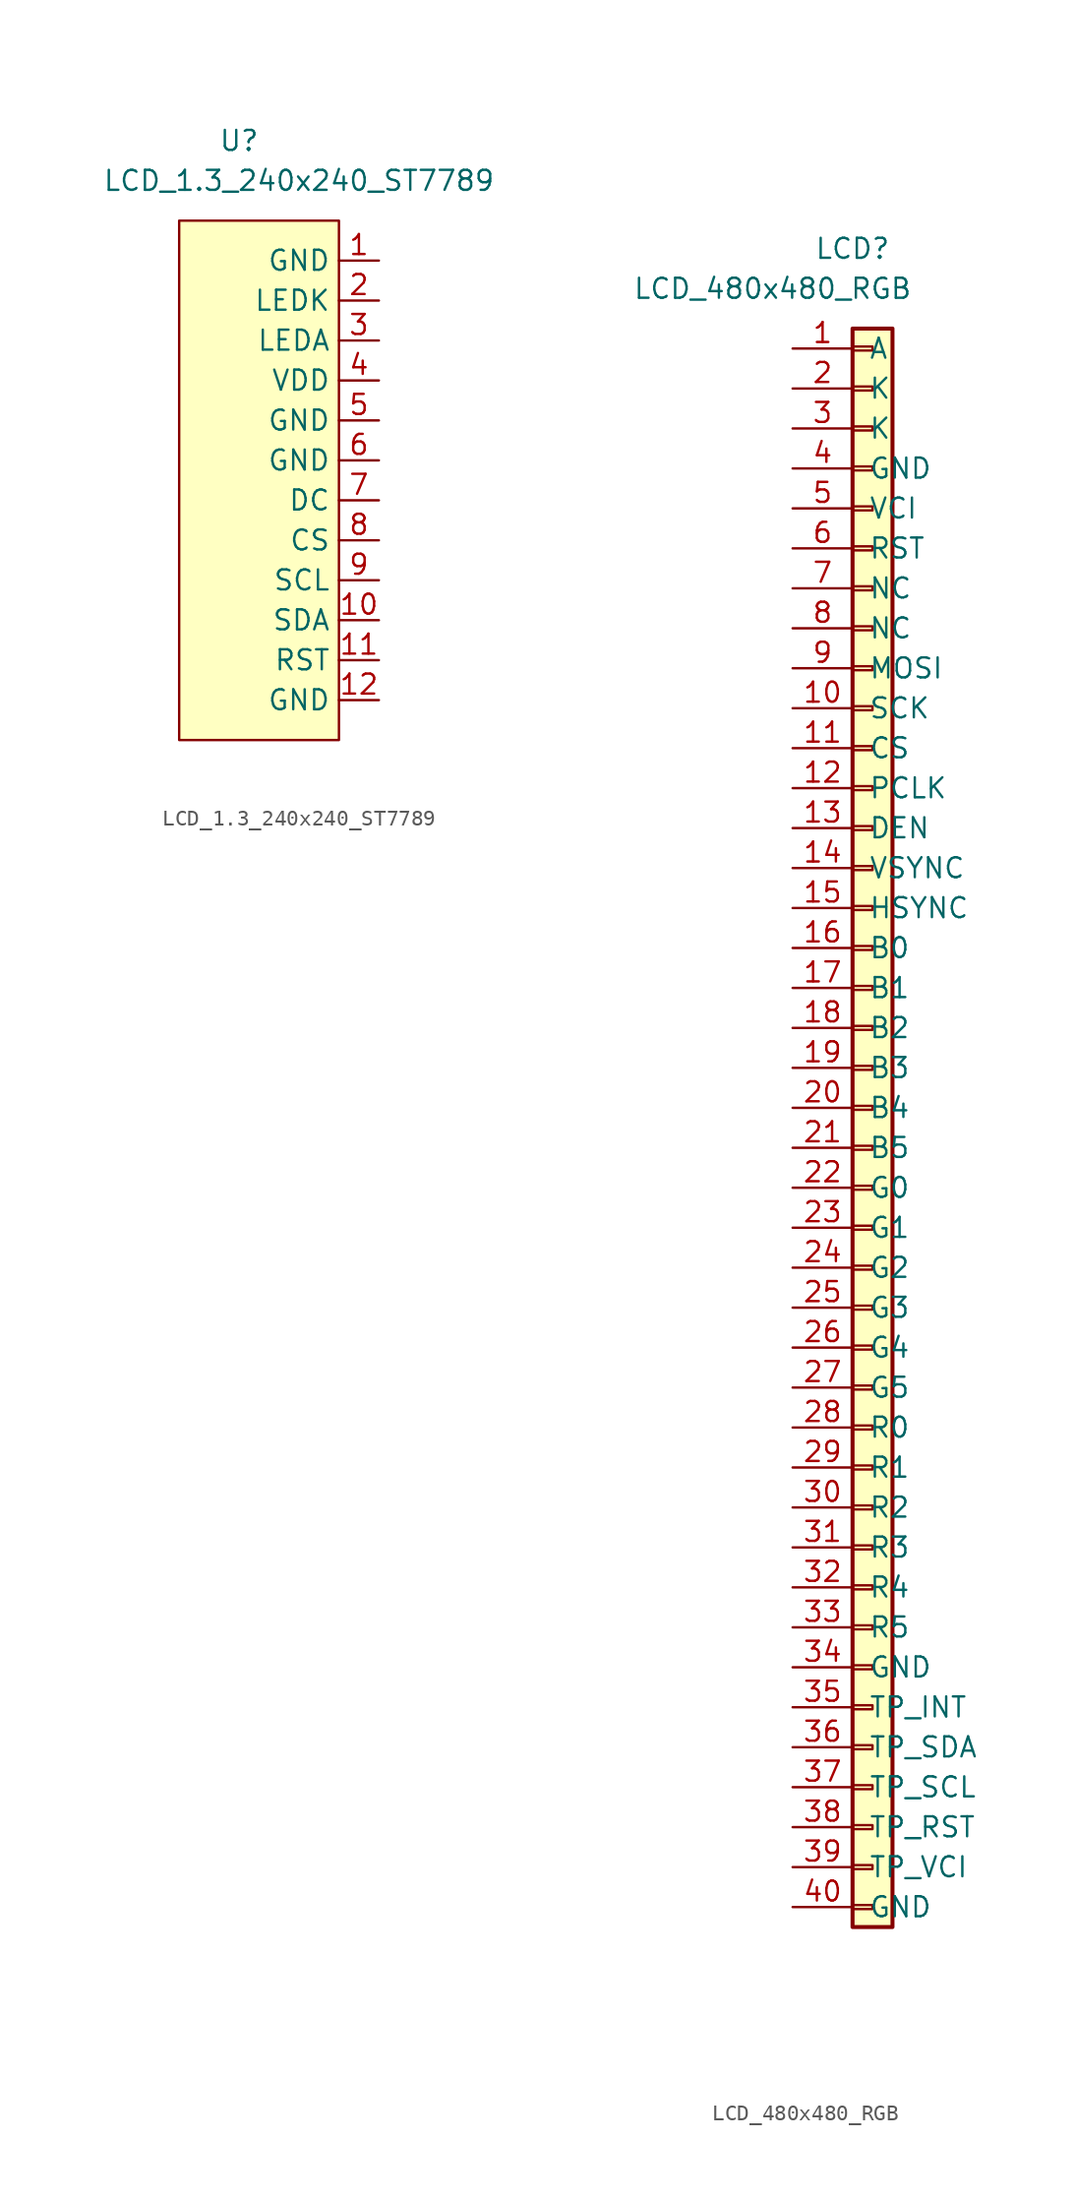
<source format=kicad_sym>
(kicad_symbol_lib
  (version 20211014)
  (generator kicad_symbol_editor)
  (symbol "LCD_1.3_240x240_ST7789"
    (property "Reference" "U"
      (at -2.54 13.97 0)
      (effects (font (size 1.27 1.27))))
    (property "Value" "LCD_1.3_240x240_ST7789"
      (at 1.27 11.43 0)
      (effects (font (size 1.27 1.27))))
    (symbol "LCD_1.3_240x240_ST7789_0_1"
      (rectangle (start -6.35 8.89) (end 3.81 -24.13) (stroke (width 0.152) (type default) (color 0 0 0 0)) (fill (type background))))
    (symbol "LCD_1.3_240x240_ST7789_1_1"
      (pin power_in line (at 6.35 6.35 180) (length 2.54) (name "GND" (effects (font (size 1.27 1.27)))) (number "1" (effects (font (size 1.27 1.27)))))
      (pin input line (at 6.35 -16.51 180) (length 2.54) (name "SDA" (effects (font (size 1.27 1.27)))) (number "10" (effects (font (size 1.27 1.27)))))
      (pin input line (at 6.35 -19.05 180) (length 2.54) (name "RST" (effects (font (size 1.27 1.27)))) (number "11" (effects (font (size 1.27 1.27)))))
      (pin power_in line (at 6.35 -21.59 180) (length 2.54) (name "GND" (effects (font (size 1.27 1.27)))) (number "12" (effects (font (size 1.27 1.27)))))
      (pin input line (at 6.35 3.81 180) (length 2.54) (name "LEDK" (effects (font (size 1.27 1.27)))) (number "2" (effects (font (size 1.27 1.27)))))
      (pin input line (at 6.35 1.27 180) (length 2.54) (name "LEDA" (effects (font (size 1.27 1.27)))) (number "3" (effects (font (size 1.27 1.27)))))
      (pin power_in line (at 6.35 -1.27 180) (length 2.54) (name "VDD" (effects (font (size 1.27 1.27)))) (number "4" (effects (font (size 1.27 1.27)))))
      (pin power_in line (at 6.35 -3.81 180) (length 2.54) (name "GND" (effects (font (size 1.27 1.27)))) (number "5" (effects (font (size 1.27 1.27)))))
      (pin power_in line (at 6.35 -6.35 180) (length 2.54) (name "GND" (effects (font (size 1.27 1.27)))) (number "6" (effects (font (size 1.27 1.27)))))
      (pin input line (at 6.35 -8.89 180) (length 2.54) (name "DC" (effects (font (size 1.27 1.27)))) (number "7" (effects (font (size 1.27 1.27)))))
      (pin input line (at 6.35 -11.43 180) (length 2.54) (name "CS" (effects (font (size 1.27 1.27)))) (number "8" (effects (font (size 1.27 1.27)))))
      (pin input line (at 6.35 -13.97 180) (length 2.54) (name "SCL" (effects (font (size 1.27 1.27)))) (number "9" (effects (font (size 1.27 1.27)))))))
  (symbol "LCD_480x480_RGB"
    (pin_names
      (offset 1.016))
    (property "Reference" "LCD"
      (at 0 58.42 0)
      (effects (font (size 1.27 1.27))))
    (property "Value" "LCD_480x480_RGB"
      (at -5.08 55.88 0)
      (effects (font (size 1.27 1.27))))
    (symbol "LCD_480x480_RGB_1_1"
      (rectangle (start 0 -46.863) (end 1.27 -47.117) (stroke (width 0.152) (type default) (color 0 0 0 0)) (fill (type none)))
      (rectangle (start 0 -44.323) (end 1.27 -44.577) (stroke (width 0.152) (type default) (color 0 0 0 0)) (fill (type none)))
      (rectangle (start 0 -41.783) (end 1.27 -42.037) (stroke (width 0.152) (type default) (color 0 0 0 0)) (fill (type none)))
      (rectangle (start 0 -39.243) (end 1.27 -39.497) (stroke (width 0.152) (type default) (color 0 0 0 0)) (fill (type none)))
      (rectangle (start 0 -36.703) (end 1.27 -36.957) (stroke (width 0.152) (type default) (color 0 0 0 0)) (fill (type none)))
      (rectangle (start 0 -34.163) (end 1.27 -34.417) (stroke (width 0.152) (type default) (color 0 0 0 0)) (fill (type none)))
      (rectangle (start 0 -31.623) (end 1.27 -31.877) (stroke (width 0.152) (type default) (color 0 0 0 0)) (fill (type none)))
      (rectangle (start 0 -29.083) (end 1.27 -29.337) (stroke (width 0.152) (type default) (color 0 0 0 0)) (fill (type none)))
      (rectangle (start 0 -26.543) (end 1.27 -26.797) (stroke (width 0.152) (type default) (color 0 0 0 0)) (fill (type none)))
      (rectangle (start 0 -24.003) (end 1.27 -24.257) (stroke (width 0.152) (type default) (color 0 0 0 0)) (fill (type none)))
      (rectangle (start 0 -21.463) (end 1.27 -21.717) (stroke (width 0.152) (type default) (color 0 0 0 0)) (fill (type none)))
      (rectangle (start 0 -18.923) (end 1.27 -19.177) (stroke (width 0.152) (type default) (color 0 0 0 0)) (fill (type none)))
      (rectangle (start 0 -16.383) (end 1.27 -16.637) (stroke (width 0.152) (type default) (color 0 0 0 0)) (fill (type none)))
      (rectangle (start 0 -13.843) (end 1.27 -14.097) (stroke (width 0.152) (type default) (color 0 0 0 0)) (fill (type none)))
      (rectangle (start 0 -11.303) (end 1.27 -11.557) (stroke (width 0.152) (type default) (color 0 0 0 0)) (fill (type none)))
      (rectangle (start 0 -8.763) (end 1.27 -9.017) (stroke (width 0.152) (type default) (color 0 0 0 0)) (fill (type none)))
      (rectangle (start 0 -6.223) (end 1.27 -6.477) (stroke (width 0.152) (type default) (color 0 0 0 0)) (fill (type none)))
      (rectangle (start 0 -3.683) (end 1.27 -3.937) (stroke (width 0.152) (type default) (color 0 0 0 0)) (fill (type none)))
      (rectangle (start 0 -1.143) (end 1.27 -1.397) (stroke (width 0.152) (type default) (color 0 0 0 0)) (fill (type none)))
      (rectangle (start 0 1.397) (end 1.27 1.143) (stroke (width 0.152) (type default) (color 0 0 0 0)) (fill (type none)))
      (rectangle (start 0 3.937) (end 1.27 3.683) (stroke (width 0.152) (type default) (color 0 0 0 0)) (fill (type none)))
      (rectangle (start 0 6.477) (end 1.27 6.223) (stroke (width 0.152) (type default) (color 0 0 0 0)) (fill (type none)))
      (rectangle (start 0 9.017) (end 1.27 8.763) (stroke (width 0.152) (type default) (color 0 0 0 0)) (fill (type none)))
      (rectangle (start 0 11.557) (end 1.27 11.303) (stroke (width 0.152) (type default) (color 0 0 0 0)) (fill (type none)))
      (rectangle (start 0 14.097) (end 1.27 13.843) (stroke (width 0.152) (type default) (color 0 0 0 0)) (fill (type none)))
      (rectangle (start 0 16.637) (end 1.27 16.383) (stroke (width 0.152) (type default) (color 0 0 0 0)) (fill (type none)))
      (rectangle (start 0 19.177) (end 1.27 18.923) (stroke (width 0.152) (type default) (color 0 0 0 0)) (fill (type none)))
      (rectangle (start 0 21.717) (end 1.27 21.463) (stroke (width 0.152) (type default) (color 0 0 0 0)) (fill (type none)))
      (rectangle (start 0 24.257) (end 1.27 24.003) (stroke (width 0.152) (type default) (color 0 0 0 0)) (fill (type none)))
      (rectangle (start 0 26.797) (end 1.27 26.543) (stroke (width 0.152) (type default) (color 0 0 0 0)) (fill (type none)))
      (rectangle (start 0 29.337) (end 1.27 29.083) (stroke (width 0.152) (type default) (color 0 0 0 0)) (fill (type none)))
      (rectangle (start 0 31.877) (end 1.27 31.623) (stroke (width 0.152) (type default) (color 0 0 0 0)) (fill (type none)))
      (rectangle (start 0 34.417) (end 1.27 34.163) (stroke (width 0.152) (type default) (color 0 0 0 0)) (fill (type none)))
      (rectangle (start 0 36.957) (end 1.27 36.703) (stroke (width 0.152) (type default) (color 0 0 0 0)) (fill (type none)))
      (rectangle (start 0 39.497) (end 1.27 39.243) (stroke (width 0.152) (type default) (color 0 0 0 0)) (fill (type none)))
      (rectangle (start 0 42.037) (end 1.27 41.783) (stroke (width 0.152) (type default) (color 0 0 0 0)) (fill (type none)))
      (rectangle (start 0 44.577) (end 1.27 44.323) (stroke (width 0.152) (type default) (color 0 0 0 0)) (fill (type none)))
      (rectangle (start 0 47.117) (end 1.27 46.863) (stroke (width 0.152) (type default) (color 0 0 0 0)) (fill (type none)))
      (rectangle (start 0 49.657) (end 1.27 49.403) (stroke (width 0.152) (type default) (color 0 0 0 0)) (fill (type none)))
      (rectangle (start 0 52.197) (end 1.27 51.943) (stroke (width 0.152) (type default) (color 0 0 0 0)) (fill (type none)))
      (rectangle (start 0 53.34) (end 2.54 -48.26) (stroke (width 0.254) (type default) (color 0 0 0 0)) (fill (type background)))
      (pin passive line (at -3.81 52.07 0) (length 3.81) (name "A" (effects (font (size 1.27 1.27)))) (number "1" (effects (font (size 1.27 1.27)))))
      (pin passive line (at -3.81 29.21 0) (length 3.81) (name "SCK" (effects (font (size 1.27 1.27)))) (number "10" (effects (font (size 1.27 1.27)))))
      (pin passive line (at -3.81 26.67 0) (length 3.81) (name "CS" (effects (font (size 1.27 1.27)))) (number "11" (effects (font (size 1.27 1.27)))))
      (pin passive line (at -3.81 24.13 0) (length 3.81) (name "PCLK" (effects (font (size 1.27 1.27)))) (number "12" (effects (font (size 1.27 1.27)))))
      (pin passive line (at -3.81 21.59 0) (length 3.81) (name "DEN" (effects (font (size 1.27 1.27)))) (number "13" (effects (font (size 1.27 1.27)))))
      (pin passive line (at -3.81 19.05 0) (length 3.81) (name "VSYNC" (effects (font (size 1.27 1.27)))) (number "14" (effects (font (size 1.27 1.27)))))
      (pin passive line (at -3.81 16.51 0) (length 3.81) (name "HSYNC" (effects (font (size 1.27 1.27)))) (number "15" (effects (font (size 1.27 1.27)))))
      (pin passive line (at -3.81 13.97 0) (length 3.81) (name "B0" (effects (font (size 1.27 1.27)))) (number "16" (effects (font (size 1.27 1.27)))))
      (pin passive line (at -3.81 11.43 0) (length 3.81) (name "B1" (effects (font (size 1.27 1.27)))) (number "17" (effects (font (size 1.27 1.27)))))
      (pin passive line (at -3.81 8.89 0) (length 3.81) (name "B2" (effects (font (size 1.27 1.27)))) (number "18" (effects (font (size 1.27 1.27)))))
      (pin passive line (at -3.81 6.35 0) (length 3.81) (name "B3" (effects (font (size 1.27 1.27)))) (number "19" (effects (font (size 1.27 1.27)))))
      (pin passive line (at -3.81 49.53 0) (length 3.81) (name "K" (effects (font (size 1.27 1.27)))) (number "2" (effects (font (size 1.27 1.27)))))
      (pin passive line (at -3.81 3.81 0) (length 3.81) (name "B4" (effects (font (size 1.27 1.27)))) (number "20" (effects (font (size 1.27 1.27)))))
      (pin passive line (at -3.81 1.27 0) (length 3.81) (name "B5" (effects (font (size 1.27 1.27)))) (number "21" (effects (font (size 1.27 1.27)))))
      (pin passive line (at -3.81 -1.27 0) (length 3.81) (name "G0" (effects (font (size 1.27 1.27)))) (number "22" (effects (font (size 1.27 1.27)))))
      (pin passive line (at -3.81 -3.81 0) (length 3.81) (name "G1" (effects (font (size 1.27 1.27)))) (number "23" (effects (font (size 1.27 1.27)))))
      (pin passive line (at -3.81 -6.35 0) (length 3.81) (name "G2" (effects (font (size 1.27 1.27)))) (number "24" (effects (font (size 1.27 1.27)))))
      (pin passive line (at -3.81 -8.89 0) (length 3.81) (name "G3" (effects (font (size 1.27 1.27)))) (number "25" (effects (font (size 1.27 1.27)))))
      (pin passive line (at -3.81 -11.43 0) (length 3.81) (name "G4" (effects (font (size 1.27 1.27)))) (number "26" (effects (font (size 1.27 1.27)))))
      (pin passive line (at -3.81 -13.97 0) (length 3.81) (name "G5" (effects (font (size 1.27 1.27)))) (number "27" (effects (font (size 1.27 1.27)))))
      (pin passive line (at -3.81 -16.51 0) (length 3.81) (name "R0" (effects (font (size 1.27 1.27)))) (number "28" (effects (font (size 1.27 1.27)))))
      (pin passive line (at -3.81 -19.05 0) (length 3.81) (name "R1" (effects (font (size 1.27 1.27)))) (number "29" (effects (font (size 1.27 1.27)))))
      (pin passive line (at -3.81 46.99 0) (length 3.81) (name "K" (effects (font (size 1.27 1.27)))) (number "3" (effects (font (size 1.27 1.27)))))
      (pin passive line (at -3.81 -21.59 0) (length 3.81) (name "R2" (effects (font (size 1.27 1.27)))) (number "30" (effects (font (size 1.27 1.27)))))
      (pin passive line (at -3.81 -24.13 0) (length 3.81) (name "R3" (effects (font (size 1.27 1.27)))) (number "31" (effects (font (size 1.27 1.27)))))
      (pin passive line (at -3.81 -26.67 0) (length 3.81) (name "R4" (effects (font (size 1.27 1.27)))) (number "32" (effects (font (size 1.27 1.27)))))
      (pin passive line (at -3.81 -29.21 0) (length 3.81) (name "R5" (effects (font (size 1.27 1.27)))) (number "33" (effects (font (size 1.27 1.27)))))
      (pin passive line (at -3.81 -31.75 0) (length 3.81) (name "GND" (effects (font (size 1.27 1.27)))) (number "34" (effects (font (size 1.27 1.27)))))
      (pin passive line (at -3.81 -34.29 0) (length 3.81) (name "TP_INT" (effects (font (size 1.27 1.27)))) (number "35" (effects (font (size 1.27 1.27)))))
      (pin passive line (at -3.81 -36.83 0) (length 3.81) (name "TP_SDA" (effects (font (size 1.27 1.27)))) (number "36" (effects (font (size 1.27 1.27)))))
      (pin passive line (at -3.81 -39.37 0) (length 3.81) (name "TP_SCL" (effects (font (size 1.27 1.27)))) (number "37" (effects (font (size 1.27 1.27)))))
      (pin passive line (at -3.81 -41.91 0) (length 3.81) (name "TP_RST" (effects (font (size 1.27 1.27)))) (number "38" (effects (font (size 1.27 1.27)))))
      (pin passive line (at -3.81 -44.45 0) (length 3.81) (name "TP_VCI" (effects (font (size 1.27 1.27)))) (number "39" (effects (font (size 1.27 1.27)))))
      (pin passive line (at -3.81 44.45 0) (length 3.81) (name "GND" (effects (font (size 1.27 1.27)))) (number "4" (effects (font (size 1.27 1.27)))))
      (pin passive line (at -3.81 -46.99 0) (length 3.81) (name "GND" (effects (font (size 1.27 1.27)))) (number "40" (effects (font (size 1.27 1.27)))))
      (pin passive line (at -3.81 41.91 0) (length 3.81) (name "VCI" (effects (font (size 1.27 1.27)))) (number "5" (effects (font (size 1.27 1.27)))))
      (pin passive line (at -3.81 39.37 0) (length 3.81) (name "RST" (effects (font (size 1.27 1.27)))) (number "6" (effects (font (size 1.27 1.27)))))
      (pin passive line (at -3.81 36.83 0) (length 3.81) (name "NC" (effects (font (size 1.27 1.27)))) (number "7" (effects (font (size 1.27 1.27)))))
      (pin passive line (at -3.81 34.29 0) (length 3.81) (name "NC" (effects (font (size 1.27 1.27)))) (number "8" (effects (font (size 1.27 1.27)))))
      (pin passive line (at -3.81 31.75 0) (length 3.81) (name "MOSI" (effects (font (size 1.27 1.27)))) (number "9" (effects (font (size 1.27 1.27))))))))
</source>
